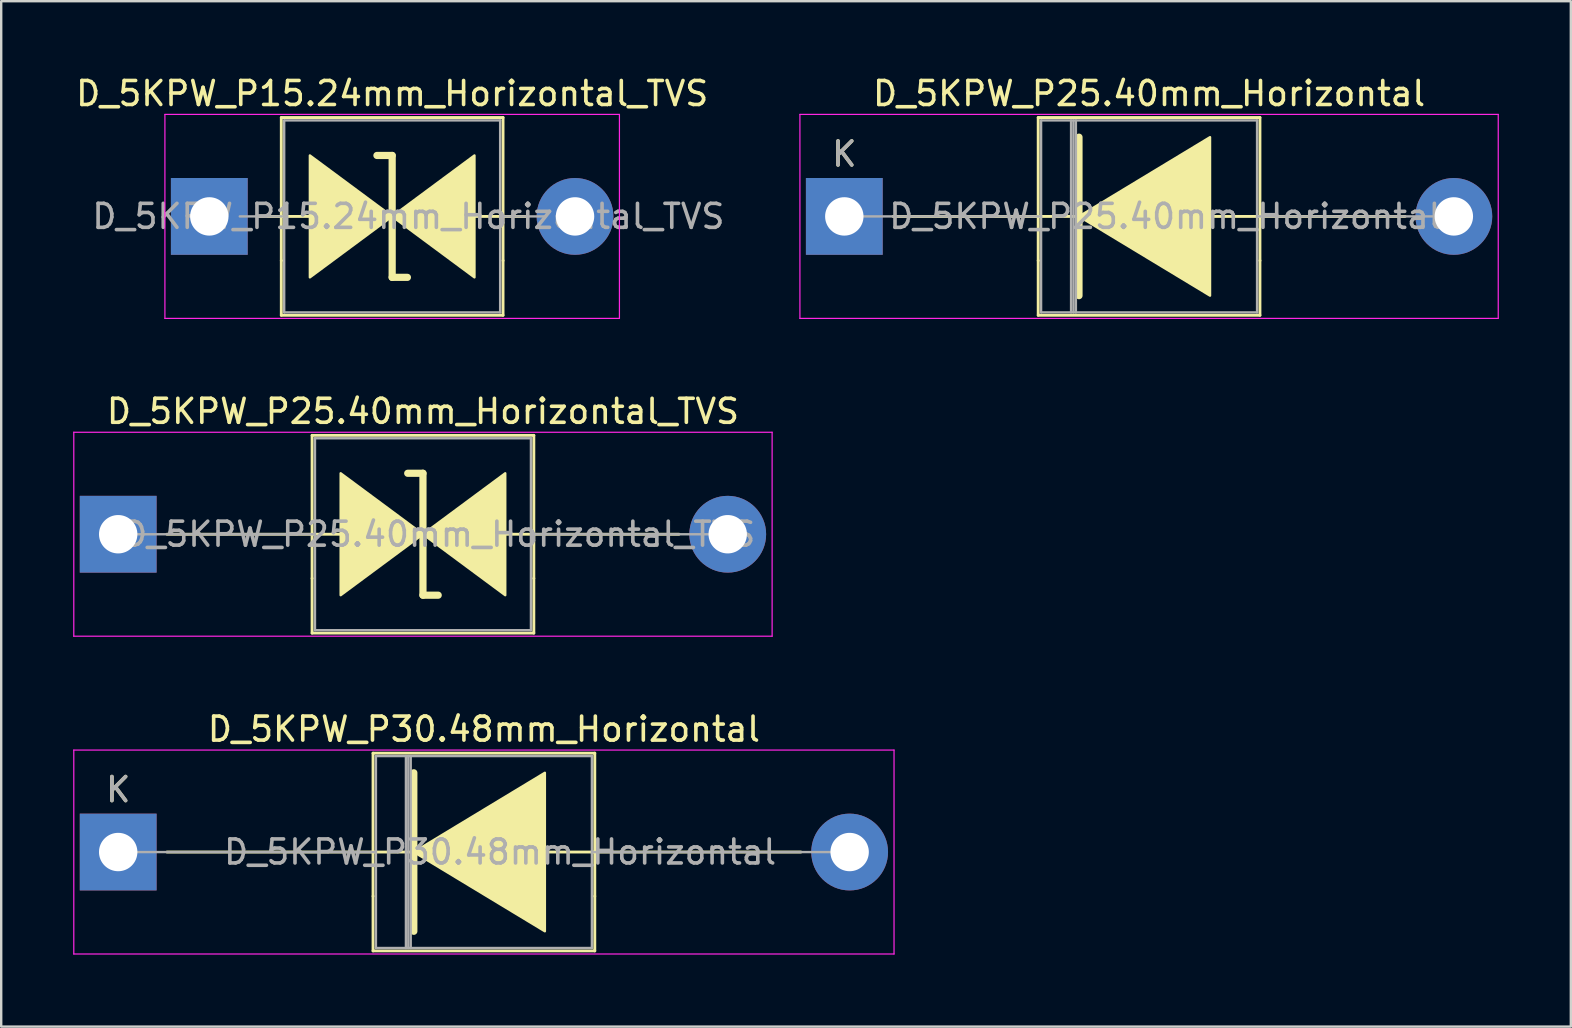
<source format=kicad_pcb>
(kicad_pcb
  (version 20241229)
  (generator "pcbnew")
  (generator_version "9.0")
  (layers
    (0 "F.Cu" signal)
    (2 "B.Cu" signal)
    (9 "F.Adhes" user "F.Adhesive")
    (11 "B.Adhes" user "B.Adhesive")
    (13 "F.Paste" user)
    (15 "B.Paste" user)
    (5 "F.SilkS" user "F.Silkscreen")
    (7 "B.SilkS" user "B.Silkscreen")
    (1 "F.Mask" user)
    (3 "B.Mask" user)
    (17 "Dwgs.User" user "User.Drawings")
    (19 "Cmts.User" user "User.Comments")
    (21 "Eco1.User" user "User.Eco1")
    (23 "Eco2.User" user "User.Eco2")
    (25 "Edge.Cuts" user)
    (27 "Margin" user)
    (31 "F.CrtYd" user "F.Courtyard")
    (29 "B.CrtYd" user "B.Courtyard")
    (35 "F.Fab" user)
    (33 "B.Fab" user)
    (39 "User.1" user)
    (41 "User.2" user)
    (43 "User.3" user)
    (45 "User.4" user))
  (footprint "D_5KPW_P30.48mm_Horizontal"
    (layer "F.Cu")
    (at 1.875 32.455)
    (property "Reference" "D_5KPW_P30.48mm_Horizontal" (at 15.24 -5.12 0) (layer "F.SilkS") (effects (font (size 1 1) (thickness 0.15))))
    (attr through_hole)
    (fp_line (start 2.032 0) (end 12.319 0) (stroke (width 0.12) (type solid)) (layer "F.SilkS"))
    (fp_line (start 10.62 -4.12) (end 19.86 -4.12) (stroke (width 0.12) (type solid)) (layer "F.SilkS"))
    (fp_line (start 10.62 1.84) (end 10.62 -4.12) (stroke (width 0.12) (type solid)) (layer "F.SilkS"))
    (fp_line (start 10.62 1.84) (end 10.62 4.12) (stroke (width 0.12) (type solid)) (layer "F.SilkS"))
    (fp_line (start 10.62 4.12) (end 19.86 4.12) (stroke (width 0.12) (type solid)) (layer "F.SilkS"))
    (fp_line (start 12.319 -3.302) (end 12.319 3.302) (stroke (width 0.3) (type solid)) (layer "F.SilkS"))
    (fp_line (start 19.86 -4.12) (end 19.86 1.84) (stroke (width 0.12) (type solid)) (layer "F.SilkS"))
    (fp_line (start 19.86 4.12) (end 19.86 1.84) (stroke (width 0.12) (type solid)) (layer "F.SilkS"))
    (fp_line (start 28.448 0) (end 17.29 0) (stroke (width 0.12) (type solid)) (layer "F.SilkS"))
    (fp_poly (pts (xy 17.78 3.302) (xy 12.319 0) (xy 17.78 -3.302)) (stroke (width 0.1) (type solid)) (fill yes) (layer "F.SilkS"))
    (fp_line (start -1.85 -4.25) (end -1.85 4.25) (stroke (width 0.05) (type solid)) (layer "F.CrtYd"))
    (fp_line (start -1.85 4.25) (end 32.33 4.25) (stroke (width 0.05) (type solid)) (layer "F.CrtYd"))
    (fp_line (start 32.33 -4.25) (end -1.85 -4.25) (stroke (width 0.05) (type solid)) (layer "F.CrtYd"))
    (fp_line (start 32.33 4.25) (end 32.33 -4.25) (stroke (width 0.05) (type solid)) (layer "F.CrtYd"))
    (fp_line (start 0 0) (end 10.74 0) (stroke (width 0.1) (type solid)) (layer "F.Fab"))
    (fp_line (start 10.74 -4) (end 10.74 4) (stroke (width 0.1) (type solid)) (layer "F.Fab"))
    (fp_line (start 10.74 4) (end 19.74 4) (stroke (width 0.1) (type solid)) (layer "F.Fab"))
    (fp_line (start 11.99 -4) (end 11.99 4) (stroke (width 0.1) (type solid)) (layer "F.Fab"))
    (fp_line (start 12.09 -4) (end 12.09 4) (stroke (width 0.1) (type solid)) (layer "F.Fab"))
    (fp_line (start 12.19 -4) (end 12.19 4) (stroke (width 0.1) (type solid)) (layer "F.Fab"))
    (fp_line (start 19.74 -4) (end 10.74 -4) (stroke (width 0.1) (type solid)) (layer "F.Fab"))
    (fp_line (start 19.74 4) (end 19.74 -4) (stroke (width 0.1) (type solid)) (layer "F.Fab"))
    (fp_line (start 30.48 0) (end 19.74 0) (stroke (width 0.1) (type solid)) (layer "F.Fab"))
    (fp_text user "K" (at 0 -2.6 0) (layer "F.SilkS") (effects (font (size 1 1) (thickness 0.15))))
    (fp_text user "K" (at 0 -2.6 0) (layer "F.Fab") (effects (font (size 1 1) (thickness 0.15))))
    (fp_text user "${REFERENCE}" (at 15.915 0 0) (layer "F.Fab") (effects (font (size 1 1) (thickness 0.15))))
    (pad "1" thru_hole rect (at 0 0) (size 3.2 3.2) (drill 1.6) (layers "*.Cu" "*.Mask"))
    (pad "2" thru_hole oval (at 30.48 0) (size 3.2 3.2) (drill 1.6) (layers "*.Cu" "*.Mask")))
  (footprint "D_5KPW_P25.40mm_Horizontal_TVS"
    (layer "F.Cu")
    (at 1.875 19.212)
    (property "Reference" "D_5KPW_P25.40mm_Horizontal_TVS" (at 12.7 -5.12 0) (layer "F.SilkS") (effects (font (size 1 1) (thickness 0.15))))
    (attr through_hole)
    (fp_line (start 8.08 -4.12) (end 17.32 -4.12) (stroke (width 0.12) (type solid)) (layer "F.SilkS"))
    (fp_line (start 8.08 1.84) (end 8.08 -4.12) (stroke (width 0.12) (type solid)) (layer "F.SilkS"))
    (fp_line (start 8.08 1.84) (end 8.08 4.12) (stroke (width 0.12) (type solid)) (layer "F.SilkS"))
    (fp_line (start 8.08 4.12) (end 17.32 4.12) (stroke (width 0.12) (type solid)) (layer "F.SilkS"))
    (fp_line (start 9.271 0) (end 2.032 0) (stroke (width 0.12) (type solid)) (layer "F.SilkS"))
    (fp_line (start 12.7 -2.54) (end 12.065 -2.54) (stroke (width 0.3) (type solid)) (layer "F.SilkS"))
    (fp_line (start 12.7 2.54) (end 12.7 -2.54) (stroke (width 0.3) (type solid)) (layer "F.SilkS"))
    (fp_line (start 13.335 2.54) (end 12.7 2.54) (stroke (width 0.3) (type solid)) (layer "F.SilkS"))
    (fp_line (start 17.32 -4.12) (end 17.32 1.84) (stroke (width 0.12) (type solid)) (layer "F.SilkS"))
    (fp_line (start 17.32 4.12) (end 17.32 1.84) (stroke (width 0.12) (type solid)) (layer "F.SilkS"))
    (fp_line (start 23.368 0) (end 16.129 0) (stroke (width 0.12) (type solid)) (layer "F.SilkS"))
    (fp_poly (pts (xy 12.7 0) (xy 9.271 2.54) (xy 9.271 -2.54)) (stroke (width 0.1) (type solid)) (fill yes) (layer "F.SilkS"))
    (fp_poly (pts (xy 12.7 0) (xy 16.129 -2.54) (xy 16.129 2.54)) (stroke (width 0.1) (type solid)) (fill yes) (layer "F.SilkS"))
    (fp_line (start -1.85 -4.25) (end -1.85 4.25) (stroke (width 0.05) (type solid)) (layer "F.CrtYd"))
    (fp_line (start -1.85 4.25) (end 27.25 4.25) (stroke (width 0.05) (type solid)) (layer "F.CrtYd"))
    (fp_line (start 27.25 -4.25) (end -1.85 -4.25) (stroke (width 0.05) (type solid)) (layer "F.CrtYd"))
    (fp_line (start 27.25 4.25) (end 27.25 -4.25) (stroke (width 0.05) (type solid)) (layer "F.CrtYd"))
    (fp_line (start 0 0) (end 8.2 0) (stroke (width 0.1) (type solid)) (layer "F.Fab"))
    (fp_line (start 8.2 -4) (end 8.2 4) (stroke (width 0.1) (type solid)) (layer "F.Fab"))
    (fp_line (start 8.2 4) (end 17.2 4) (stroke (width 0.1) (type solid)) (layer "F.Fab"))
    (fp_line (start 17.2 -4) (end 8.2 -4) (stroke (width 0.1) (type solid)) (layer "F.Fab"))
    (fp_line (start 17.2 4) (end 17.2 -4) (stroke (width 0.1) (type solid)) (layer "F.Fab"))
    (fp_line (start 25.4 0) (end 17.2 0) (stroke (width 0.1) (type solid)) (layer "F.Fab"))
    (fp_text user "${REFERENCE}" (at 13.375 0 0) (layer "F.Fab") (effects (font (size 1 1) (thickness 0.15))))
    (pad "1" thru_hole rect (at 0 0) (size 3.2 3.2) (drill 1.6) (layers "*.Cu" "*.Mask"))
    (pad "2" thru_hole oval (at 25.4 0) (size 3.2 3.2) (drill 1.6) (layers "*.Cu" "*.Mask")))
  (footprint "D_5KPW_P15.24mm_Horizontal_TVS"
    (layer "F.Cu")
    (at 5.672 5.968)
    (property "Reference" "D_5KPW_P15.24mm_Horizontal_TVS" (at 7.62 -5.12 0) (layer "F.SilkS") (effects (font (size 1 1) (thickness 0.15))))
    (attr through_hole)
    (fp_line (start 3 -4.12) (end 12.24 -4.12) (stroke (width 0.12) (type solid)) (layer "F.SilkS"))
    (fp_line (start 3 1.84) (end 3 -4.12) (stroke (width 0.12) (type solid)) (layer "F.SilkS"))
    (fp_line (start 3 1.84) (end 3 4.12) (stroke (width 0.12) (type solid)) (layer "F.SilkS"))
    (fp_line (start 3 4.12) (end 12.24 4.12) (stroke (width 0.12) (type solid)) (layer "F.SilkS"))
    (fp_line (start 4.191 0) (end 2.032 0) (stroke (width 0.12) (type solid)) (layer "F.SilkS"))
    (fp_line (start 7.62 -2.54) (end 6.985 -2.54) (stroke (width 0.3) (type solid)) (layer "F.SilkS"))
    (fp_line (start 7.62 2.54) (end 7.62 -2.54) (stroke (width 0.3) (type solid)) (layer "F.SilkS"))
    (fp_line (start 8.255 2.54) (end 7.62 2.54) (stroke (width 0.3) (type solid)) (layer "F.SilkS"))
    (fp_line (start 12.24 -4.12) (end 12.24 1.84) (stroke (width 0.12) (type solid)) (layer "F.SilkS"))
    (fp_line (start 12.24 4.12) (end 12.24 1.84) (stroke (width 0.12) (type solid)) (layer "F.SilkS"))
    (fp_line (start 13.208 0) (end 11.049 0) (stroke (width 0.12) (type solid)) (layer "F.SilkS"))
    (fp_poly (pts (xy 7.62 0) (xy 4.191 2.54) (xy 4.191 -2.54)) (stroke (width 0.1) (type solid)) (fill yes) (layer "F.SilkS"))
    (fp_poly (pts (xy 7.62 0) (xy 11.049 -2.54) (xy 11.049 2.54)) (stroke (width 0.1) (type solid)) (fill yes) (layer "F.SilkS"))
    (fp_line (start -1.85 -4.25) (end -1.85 4.25) (stroke (width 0.05) (type solid)) (layer "F.CrtYd"))
    (fp_line (start -1.85 4.25) (end 17.09 4.25) (stroke (width 0.05) (type solid)) (layer "F.CrtYd"))
    (fp_line (start 17.09 -4.25) (end -1.85 -4.25) (stroke (width 0.05) (type solid)) (layer "F.CrtYd"))
    (fp_line (start 17.09 4.25) (end 17.09 -4.25) (stroke (width 0.05) (type solid)) (layer "F.CrtYd"))
    (fp_line (start 1.27 0) (end 3.12 0) (stroke (width 0.1) (type solid)) (layer "F.Fab"))
    (fp_line (start 3.12 -4) (end 3.12 4) (stroke (width 0.1) (type solid)) (layer "F.Fab"))
    (fp_line (start 3.12 4) (end 12.12 4) (stroke (width 0.1) (type solid)) (layer "F.Fab"))
    (fp_line (start 12.12 -4) (end 3.12 -4) (stroke (width 0.1) (type solid)) (layer "F.Fab"))
    (fp_line (start 12.12 4) (end 12.12 -4) (stroke (width 0.1) (type solid)) (layer "F.Fab"))
    (fp_line (start 13.97 0) (end 12.12 0) (stroke (width 0.1) (type solid)) (layer "F.Fab"))
    (fp_text user "${REFERENCE}" (at 8.295 0 0) (layer "F.Fab") (effects (font (size 1 1) (thickness 0.15))))
    (pad "1" thru_hole rect (at 0 0) (size 3.2 3.2) (drill 1.6) (layers "*.Cu" "*.Mask"))
    (pad "2" thru_hole oval (at 15.24 0) (size 3.2 3.2) (drill 1.6) (layers "*.Cu" "*.Mask")))
  (footprint "D_5KPW_P25.40mm_Horizontal"
    (layer "F.Cu")
    (at 32.133 5.968)
    (property "Reference" "D_5KPW_P25.40mm_Horizontal" (at 12.7 -5.12 0) (layer "F.SilkS") (effects (font (size 1 1) (thickness 0.15))))
    (attr through_hole)
    (fp_line (start 2.032 0) (end 9.779 0) (stroke (width 0.12) (type solid)) (layer "F.SilkS"))
    (fp_line (start 8.08 -4.12) (end 17.32 -4.12) (stroke (width 0.12) (type solid)) (layer "F.SilkS"))
    (fp_line (start 8.08 1.84) (end 8.08 -4.12) (stroke (width 0.12) (type solid)) (layer "F.SilkS"))
    (fp_line (start 8.08 1.84) (end 8.08 4.12) (stroke (width 0.12) (type solid)) (layer "F.SilkS"))
    (fp_line (start 8.08 4.12) (end 17.32 4.12) (stroke (width 0.12) (type solid)) (layer "F.SilkS"))
    (fp_line (start 9.779 3.302) (end 9.779 -3.302) (stroke (width 0.3) (type solid)) (layer "F.SilkS"))
    (fp_line (start 17.32 -4.12) (end 17.32 1.84) (stroke (width 0.12) (type solid)) (layer "F.SilkS"))
    (fp_line (start 17.32 4.12) (end 17.32 1.84) (stroke (width 0.12) (type solid)) (layer "F.SilkS"))
    (fp_line (start 23.368 0) (end 14.75 0) (stroke (width 0.12) (type solid)) (layer "F.SilkS"))
    (fp_poly (pts (xy 15.24 3.302) (xy 9.779 0) (xy 15.24 -3.302)) (stroke (width 0.1) (type solid)) (fill yes) (layer "F.SilkS"))
    (fp_line (start -1.85 -4.25) (end -1.85 4.25) (stroke (width 0.05) (type solid)) (layer "F.CrtYd"))
    (fp_line (start -1.85 4.25) (end 27.25 4.25) (stroke (width 0.05) (type solid)) (layer "F.CrtYd"))
    (fp_line (start 27.25 -4.25) (end -1.85 -4.25) (stroke (width 0.05) (type solid)) (layer "F.CrtYd"))
    (fp_line (start 27.25 4.25) (end 27.25 -4.25) (stroke (width 0.05) (type solid)) (layer "F.CrtYd"))
    (fp_line (start 0 0) (end 8.2 0) (stroke (width 0.1) (type solid)) (layer "F.Fab"))
    (fp_line (start 8.2 -4) (end 8.2 4) (stroke (width 0.1) (type solid)) (layer "F.Fab"))
    (fp_line (start 8.2 4) (end 17.2 4) (stroke (width 0.1) (type solid)) (layer "F.Fab"))
    (fp_line (start 9.45 -4) (end 9.45 4) (stroke (width 0.1) (type solid)) (layer "F.Fab"))
    (fp_line (start 9.55 -4) (end 9.55 4) (stroke (width 0.1) (type solid)) (layer "F.Fab"))
    (fp_line (start 9.65 -4) (end 9.65 4) (stroke (width 0.1) (type solid)) (layer "F.Fab"))
    (fp_line (start 17.2 -4) (end 8.2 -4) (stroke (width 0.1) (type solid)) (layer "F.Fab"))
    (fp_line (start 17.2 4) (end 17.2 -4) (stroke (width 0.1) (type solid)) (layer "F.Fab"))
    (fp_line (start 25.4 0) (end 17.2 0) (stroke (width 0.1) (type solid)) (layer "F.Fab"))
    (fp_text user "K" (at 0 -2.6 0) (layer "F.SilkS") (effects (font (size 1 1) (thickness 0.15))))
    (fp_text user "${REFERENCE}" (at 13.375 0 0) (layer "F.Fab") (effects (font (size 1 1) (thickness 0.15))))
    (fp_text user "K" (at 0 -2.6 0) (layer "F.Fab") (effects (font (size 1 1) (thickness 0.15))))
    (pad "1" thru_hole rect (at 0 0) (size 3.2 3.2) (drill 1.6) (layers "*.Cu" "*.Mask"))
    (pad "2" thru_hole oval (at 25.4 0) (size 3.2 3.2) (drill 1.6) (layers "*.Cu" "*.Mask")))
  (gr_rect
    (start -3 -3)
    (end 62.408 39.73)
    (stroke (width 0.1) (type default))
    (fill no)
    (layer "Edge.Cuts")))
</source>
